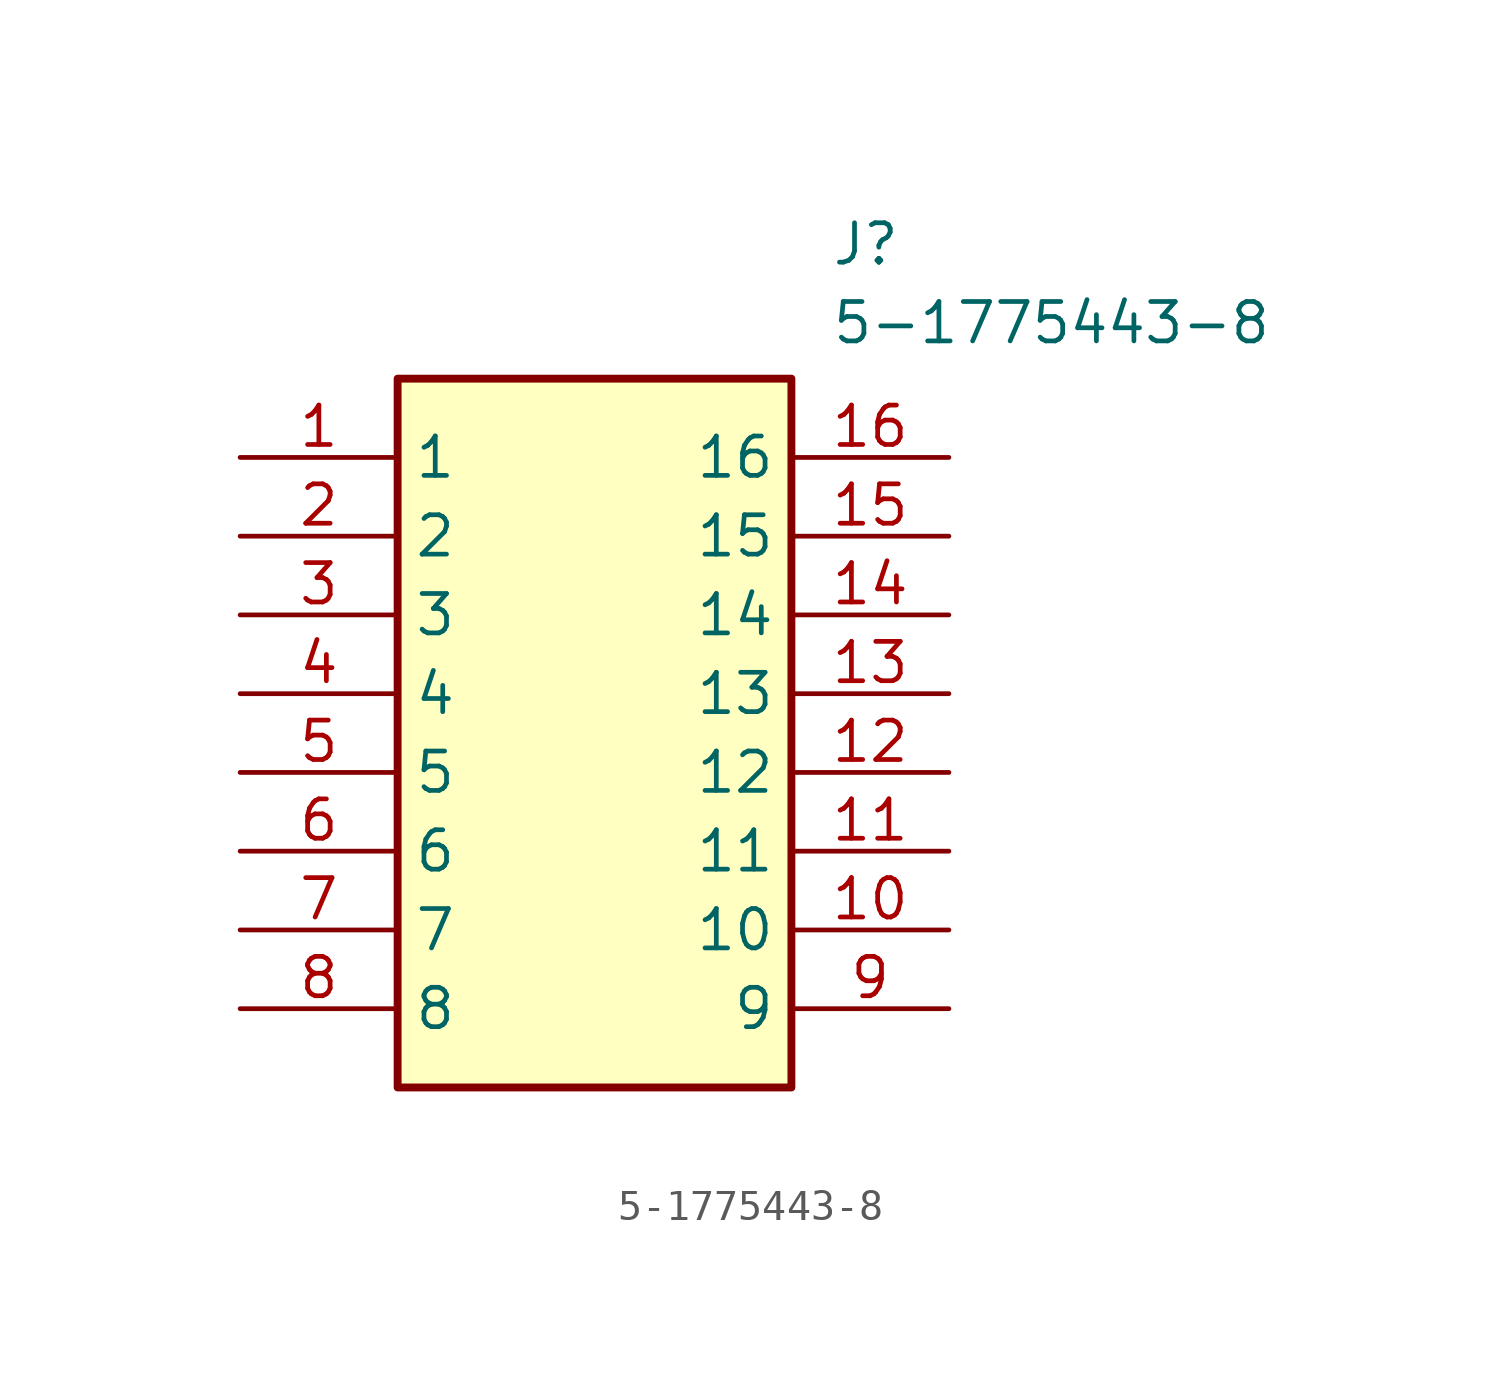
<source format=kicad_sym>
(kicad_symbol_lib
  (version 20211014)
  (generator SamacSys_ECAD_Model)
  (symbol "5-1775443-8"
    (property "Reference" "J"
      (at 19.05 7.62 0)
      (effects (font (size 1.27 1.27)) (justify left top)))
    (property "Value" "5-1775443-8"
      (at 19.05 5.08 0)
      (effects (font (size 1.27 1.27)) (justify left top)))
    (rectangle
      (start 5.08 2.54)
      (end 17.78 -20.32)
      (stroke (width 0.254) (type default))
      (fill (type background)))
    (pin passive line
      (at 0 0 0)
      (length 5.08)
      (name "1" (effects (font (size 1.27 1.27))))
      (number "1" (effects (font (size 1.27 1.27)))))
    (pin passive line
      (at 0 -2.54 0)
      (length 5.08)
      (name "2" (effects (font (size 1.27 1.27))))
      (number "2" (effects (font (size 1.27 1.27)))))
    (pin passive line
      (at 0 -5.08 0)
      (length 5.08)
      (name "3" (effects (font (size 1.27 1.27))))
      (number "3" (effects (font (size 1.27 1.27)))))
    (pin passive line
      (at 0 -7.62 0)
      (length 5.08)
      (name "4" (effects (font (size 1.27 1.27))))
      (number "4" (effects (font (size 1.27 1.27)))))
    (pin passive line
      (at 0 -10.16 0)
      (length 5.08)
      (name "5" (effects (font (size 1.27 1.27))))
      (number "5" (effects (font (size 1.27 1.27)))))
    (pin passive line
      (at 0 -12.7 0)
      (length 5.08)
      (name "6" (effects (font (size 1.27 1.27))))
      (number "6" (effects (font (size 1.27 1.27)))))
    (pin passive line
      (at 0 -15.24 0)
      (length 5.08)
      (name "7" (effects (font (size 1.27 1.27))))
      (number "7" (effects (font (size 1.27 1.27)))))
    (pin passive line
      (at 0 -17.78 0)
      (length 5.08)
      (name "8" (effects (font (size 1.27 1.27))))
      (number "8" (effects (font (size 1.27 1.27)))))
    (pin passive line
      (at 22.86 -17.78 180)
      (length 5.08)
      (name "9" (effects (font (size 1.27 1.27))))
      (number "9" (effects (font (size 1.27 1.27)))))
    (pin passive line
      (at 22.86 -15.24 180)
      (length 5.08)
      (name "10" (effects (font (size 1.27 1.27))))
      (number "10" (effects (font (size 1.27 1.27)))))
    (pin passive line
      (at 22.86 -12.7 180)
      (length 5.08)
      (name "11" (effects (font (size 1.27 1.27))))
      (number "11" (effects (font (size 1.27 1.27)))))
    (pin passive line
      (at 22.86 -10.16 180)
      (length 5.08)
      (name "12" (effects (font (size 1.27 1.27))))
      (number "12" (effects (font (size 1.27 1.27)))))
    (pin passive line
      (at 22.86 -7.62 180)
      (length 5.08)
      (name "13" (effects (font (size 1.27 1.27))))
      (number "13" (effects (font (size 1.27 1.27)))))
    (pin passive line
      (at 22.86 -5.08 180)
      (length 5.08)
      (name "14" (effects (font (size 1.27 1.27))))
      (number "14" (effects (font (size 1.27 1.27)))))
    (pin passive line
      (at 22.86 -2.54 180)
      (length 5.08)
      (name "15" (effects (font (size 1.27 1.27))))
      (number "15" (effects (font (size 1.27 1.27)))))
    (pin passive line
      (at 22.86 0 180)
      (length 5.08)
      (name "16" (effects (font (size 1.27 1.27))))
      (number "16" (effects (font (size 1.27 1.27)))))))
</source>
